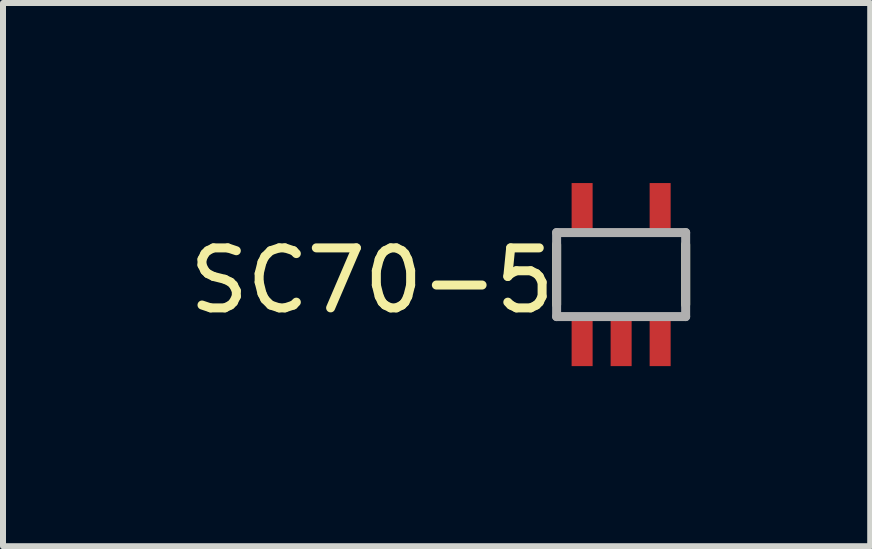
<source format=kicad_pcb>
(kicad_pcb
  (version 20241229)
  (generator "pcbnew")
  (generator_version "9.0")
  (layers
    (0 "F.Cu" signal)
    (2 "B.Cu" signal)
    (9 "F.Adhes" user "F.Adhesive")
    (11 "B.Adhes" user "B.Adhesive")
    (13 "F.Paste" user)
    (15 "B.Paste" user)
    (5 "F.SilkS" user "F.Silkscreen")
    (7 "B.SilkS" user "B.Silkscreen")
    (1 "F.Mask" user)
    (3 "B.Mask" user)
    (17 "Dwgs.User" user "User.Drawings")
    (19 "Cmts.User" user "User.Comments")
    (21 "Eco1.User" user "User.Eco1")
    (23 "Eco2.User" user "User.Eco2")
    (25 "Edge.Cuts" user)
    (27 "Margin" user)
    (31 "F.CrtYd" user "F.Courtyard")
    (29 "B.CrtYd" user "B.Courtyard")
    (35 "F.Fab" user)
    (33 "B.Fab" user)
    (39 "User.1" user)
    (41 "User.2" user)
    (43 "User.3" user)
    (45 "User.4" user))
  (footprint "SC70-5"
    (layer "F.Cu")
    (at 6.649 2.625)
    (property "Reference" "SC70-5" (at -3.5 -1 0) (layer "F.SilkS") (effects (font (size 1 1) (thickness 0.15))))
    (attr through_hole)
    (fp_line (start -0.425 -1.6) (end -0.425 -0.6) (stroke (width 0.15) (type solid)) (layer "F.SilkS"))
    (fp_line (start 1.725 -1.6) (end 1.725 -0.6) (stroke (width 0.15) (type solid)) (layer "F.SilkS"))
    (fp_line (start -0.425 -1.8) (end -0.425 -0.4) (stroke (width 0.15) (type solid)) (layer "F.Fab"))
    (fp_line (start -0.425 -0.4) (end 1.725 -0.4) (stroke (width 0.15) (type solid)) (layer "F.Fab"))
    (fp_line (start 1.725 -1.8) (end -0.425 -1.8) (stroke (width 0.15) (type solid)) (layer "F.Fab"))
    (fp_line (start 1.725 -1.8) (end 1.725 -0.4) (stroke (width 0.15) (type solid)) (layer "F.Fab"))
    (pad "1" smd rect (at 0 0) (size 0.35 0.85) (layers "F.Cu" "F.Mask" "F.Paste"))
    (pad "2" smd rect (at 0.65 0) (size 0.35 0.85) (layers "F.Cu" "F.Mask" "F.Paste"))
    (pad "3" smd rect (at 1.3 0) (size 0.35 0.85) (layers "F.Cu" "F.Mask" "F.Paste"))
    (pad "4" smd rect (at 1.3 -2.2) (size 0.35 0.85) (layers "F.Cu" "F.Mask" "F.Paste"))
    (pad "5" smd rect (at 0 -2.2) (size 0.35 0.85) (layers "F.Cu" "F.Mask" "F.Paste")))
  (gr_rect
    (start -3 -3)
    (end 11.449 6.05)
    (stroke (width 0.1) (type default))
    (fill no)
    (layer "Edge.Cuts")))
</source>
